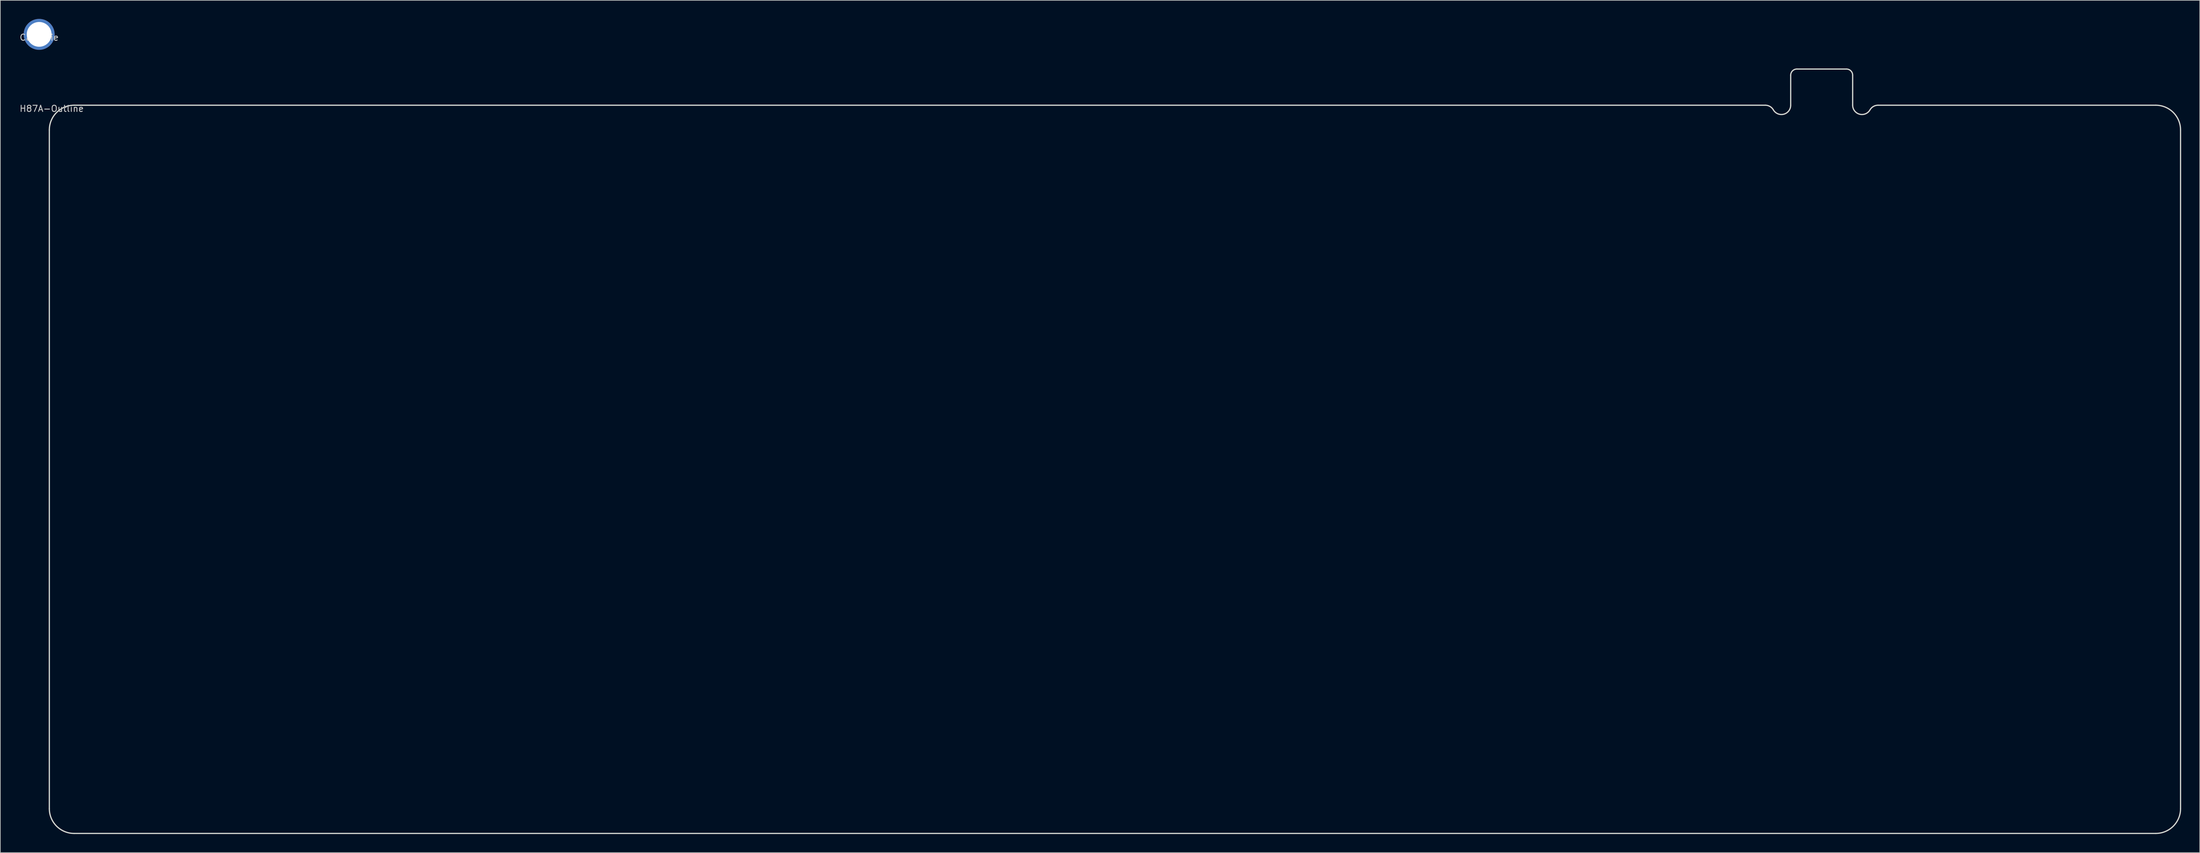
<source format=kicad_pcb>
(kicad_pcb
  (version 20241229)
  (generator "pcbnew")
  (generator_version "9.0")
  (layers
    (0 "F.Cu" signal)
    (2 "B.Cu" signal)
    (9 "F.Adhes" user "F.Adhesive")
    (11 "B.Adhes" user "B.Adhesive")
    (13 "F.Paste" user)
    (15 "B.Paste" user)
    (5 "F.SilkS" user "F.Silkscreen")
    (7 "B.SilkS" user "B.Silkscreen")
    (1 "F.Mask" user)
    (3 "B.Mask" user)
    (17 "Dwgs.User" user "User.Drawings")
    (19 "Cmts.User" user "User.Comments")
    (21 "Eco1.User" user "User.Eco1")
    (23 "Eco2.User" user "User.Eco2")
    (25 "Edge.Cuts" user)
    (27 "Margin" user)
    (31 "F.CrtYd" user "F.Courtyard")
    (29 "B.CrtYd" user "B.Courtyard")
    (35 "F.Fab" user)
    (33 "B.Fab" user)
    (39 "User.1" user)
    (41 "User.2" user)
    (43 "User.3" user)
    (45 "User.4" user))
  (footprint "H87A-Outline"
    (layer "F.Cu")
    (at 4.911 13.942)
    (property "Reference" "H87A-Outline" (at 0.381 0.551 0) (layer "Dwgs.User") (effects (font (size 1 1) (thickness 0.15))))
    (attr through_hole)
    (fp_line (start 0 4) (end 0 113.602) (stroke (width 0.2) (type solid)) (layer "Edge.Cuts"))
    (fp_line (start 4 117.602) (end 339.916 117.602) (stroke (width 0.2) (type solid)) (layer "Edge.Cuts"))
    (fp_line (start 276.906 0) (end 4 0) (stroke (width 0.2) (type solid)) (layer "Edge.Cuts"))
    (fp_line (start 281.004 -4.842) (end 281.004 0) (stroke (width 0.2) (type solid)) (layer "Edge.Cuts"))
    (fp_line (start 290.004 -5.842) (end 282.004 -5.842) (stroke (width 0.2) (type solid)) (layer "Edge.Cuts"))
    (fp_line (start 291.004 0) (end 291.004 -4.842) (stroke (width 0.2) (type solid)) (layer "Edge.Cuts"))
    (fp_line (start 339.916 0) (end 295.102 0) (stroke (width 0.2) (type solid)) (layer "Edge.Cuts"))
    (fp_line (start 343.916 113.602) (end 343.916 4) (stroke (width 0.2) (type solid)) (layer "Edge.Cuts"))
    (fp_arc (start 0 4) (mid 1.171573 1.171573) (end 4 0) (stroke (width 0.2) (type solid)) (layer "Edge.Cuts"))
    (fp_arc (start 4 117.602) (mid 1.171573 116.430427) (end 0 113.602) (stroke (width 0.2) (type solid)) (layer "Edge.Cuts"))
    (fp_arc (start 276.905924 0) (mid 277.655924 0.200962) (end 278.204962 0.75) (stroke (width 0.2) (type solid)) (layer "Edge.Cuts"))
    (fp_arc (start 281.004 -4.842) (mid 281.296893 -5.549107) (end 282.004 -5.842) (stroke (width 0.2) (type solid)) (layer "Edge.Cuts"))
    (fp_arc (start 281.004 0) (mid 279.892229 1.448889) (end 278.204962 0.75) (stroke (width 0.2) (type solid)) (layer "Edge.Cuts"))
    (fp_arc (start 290.004 -5.842) (mid 290.711107 -5.549107) (end 291.004 -4.842) (stroke (width 0.2) (type solid)) (layer "Edge.Cuts"))
    (fp_arc (start 293.803038 0.75) (mid 292.115771 1.448889) (end 291.004 0) (stroke (width 0.2) (type solid)) (layer "Edge.Cuts"))
    (fp_arc (start 293.803038 0.75) (mid 294.352076 0.200962) (end 295.102076 0) (stroke (width 0.2) (type solid)) (layer "Edge.Cuts"))
    (fp_arc (start 339.916 0) (mid 342.744427 1.171573) (end 343.916 4) (stroke (width 0.2) (type solid)) (layer "Edge.Cuts"))
    (fp_arc (start 343.916 113.602) (mid 342.744427 116.430427) (end 339.916 117.602) (stroke (width 0.2) (type solid)) (layer "Edge.Cuts")))
  (footprint "CableTie"
    (layer "F.Cu")
    (at 3.268 2.5)
    (property "Reference" "CableTie" (at 0 0.5 0) (layer "Dwgs.User") (effects (font (size 1 1) (thickness 0.15))))
    (attr through_hole)
    (pad "1" thru_hole circle (at 0 0) (size 5 5) (drill 4) (layers "*.Cu" "*.Mask")))
  (gr_rect
    (start -3 -3)
    (end 351.927 134.644)
    (stroke (width 0.1) (type default))
    (fill no)
    (layer "Edge.Cuts")))
</source>
